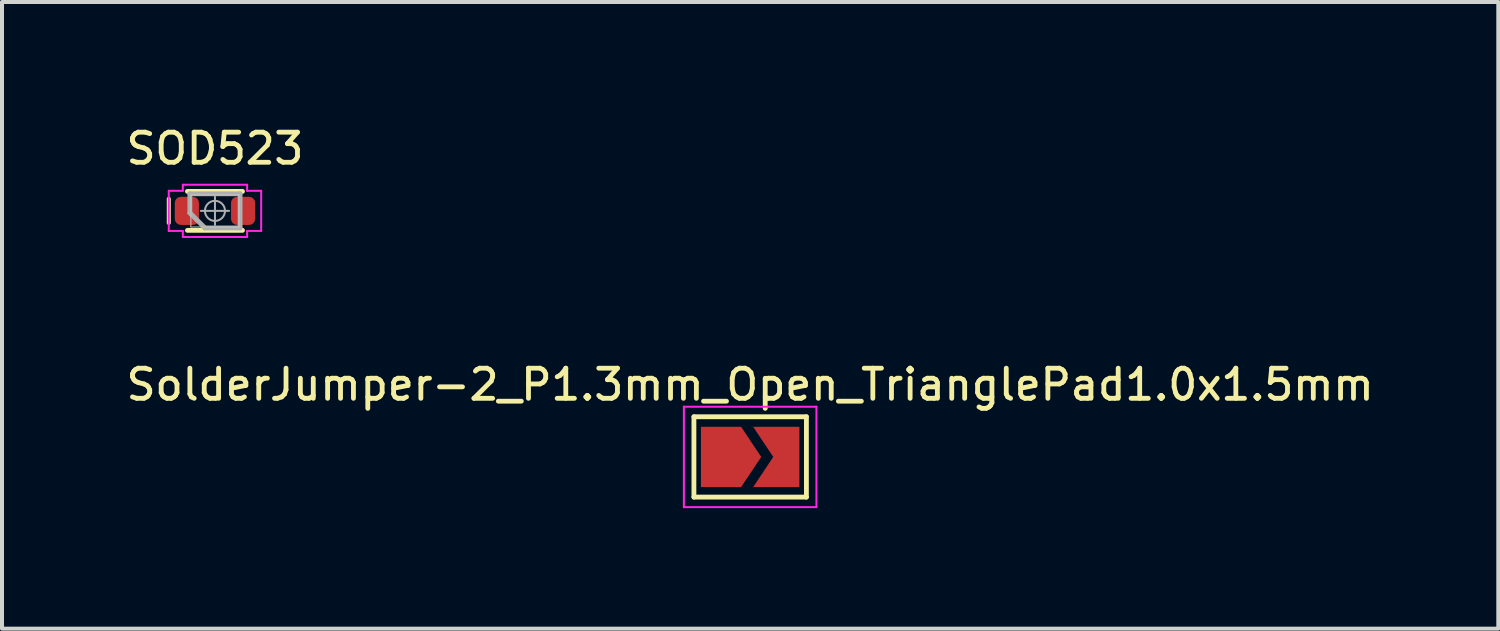
<source format=kicad_pcb>
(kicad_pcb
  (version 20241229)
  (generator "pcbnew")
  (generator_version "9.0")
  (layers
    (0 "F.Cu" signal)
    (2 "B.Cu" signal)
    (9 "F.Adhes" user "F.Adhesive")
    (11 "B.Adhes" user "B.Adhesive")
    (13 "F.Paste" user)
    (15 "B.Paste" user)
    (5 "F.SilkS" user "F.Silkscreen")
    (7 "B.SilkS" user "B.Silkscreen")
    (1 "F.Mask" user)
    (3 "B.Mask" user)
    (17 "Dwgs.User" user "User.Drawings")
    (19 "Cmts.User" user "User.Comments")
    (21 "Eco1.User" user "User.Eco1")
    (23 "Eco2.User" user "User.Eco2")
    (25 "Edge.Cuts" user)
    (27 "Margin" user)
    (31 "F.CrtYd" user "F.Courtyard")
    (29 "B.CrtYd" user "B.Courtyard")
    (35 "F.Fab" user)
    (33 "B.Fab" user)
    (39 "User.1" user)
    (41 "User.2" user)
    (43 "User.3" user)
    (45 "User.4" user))
  (footprint "SolderJumper-2_P1.3mm_Open_TrianglePad1.0x1.5mm"
    (layer "F.Cu")
    (at 15.623 8.324)
    (property "Reference" "SolderJumper-2_P1.3mm_Open_TrianglePad1.0x1.5mm" (at 0 -1.8 0) (layer "F.SilkS") (effects (font (size 0.75 0.75) (thickness 0.12))))
    (attr exclude_from_pos_files exclude_from_bom)
    (fp_line (start -1.4 -1) (end 1.4 -1) (stroke (width 0.12) (type solid)) (layer "F.SilkS"))
    (fp_line (start -1.4 1) (end -1.4 -1) (stroke (width 0.12) (type solid)) (layer "F.SilkS"))
    (fp_line (start 1.4 -1) (end 1.4 1) (stroke (width 0.12) (type solid)) (layer "F.SilkS"))
    (fp_line (start 1.4 1) (end -1.4 1) (stroke (width 0.12) (type solid)) (layer "F.SilkS"))
    (fp_line (start -1.65 -1.25) (end -1.65 1.25) (stroke (width 0.05) (type solid)) (layer "F.CrtYd"))
    (fp_line (start -1.65 -1.25) (end 1.65 -1.25) (stroke (width 0.05) (type solid)) (layer "F.CrtYd"))
    (fp_line (start 1.65 1.25) (end -1.65 1.25) (stroke (width 0.05) (type solid)) (layer "F.CrtYd"))
    (fp_line (start 1.65 1.25) (end 1.65 -1.25) (stroke (width 0.05) (type solid)) (layer "F.CrtYd"))
    (pad "1" smd custom (at -0.725 0) (size 0.3 0.3) (layers "F.Cu" "F.Mask") (options (anchor rect)) (primitives (gr_poly (pts (xy -0.5 -0.75) (xy 0.5 -0.75) (xy 1 0) (xy 0.5 0.75) (xy -0.5 0.75)) (width 0) (fill yes))))
    (pad "2" smd custom (at 0.725 0) (size 0.3 0.3) (layers "F.Cu" "F.Mask") (options (anchor rect)) (primitives (gr_poly (pts (xy -0.65 -0.75) (xy 0.5 -0.75) (xy 0.5 0.75) (xy -0.65 0.75) (xy -0.15 0)) (width 0) (fill yes)))))
  (footprint "SOD523"
    (layer "F.Cu")
    (at 2.301 2.199)
    (property "Reference" "SOD523" (at 0 -1.55 0) (layer "F.SilkS") (effects (font (size 0.75 0.75) (thickness 0.12))))
    (attr smd)
    (fp_line (start -1.15 -0.3) (end -1.15 0.3) (stroke (width 0.1) (type default)) (layer "F.SilkS"))
    (fp_line (start 0.685 -0.485) (end -0.685 -0.485) (stroke (width 0.12) (type solid)) (layer "F.SilkS"))
    (fp_line (start 0.685 0.485) (end -0.685 0.485) (stroke (width 0.12) (type solid)) (layer "F.SilkS"))
    (fp_line (start -0.6 -0.4) (end 0.6 -0.4) (stroke (width 0.025) (type solid)) (layer "Dwgs.User"))
    (fp_line (start -0.6 0.4) (end -0.6 -0.4) (stroke (width 0.025) (type solid)) (layer "Dwgs.User"))
    (fp_line (start 0.6 -0.4) (end 0.6 0.4) (stroke (width 0.025) (type solid)) (layer "Dwgs.User"))
    (fp_line (start 0.6 0.4) (end -0.6 0.4) (stroke (width 0.025) (type solid)) (layer "Dwgs.User"))
    (fp_line (start -1.15 -0.5) (end -1.15 0.5) (stroke (width 0.05) (type solid)) (layer "F.CrtYd"))
    (fp_line (start -1.15 -0.5) (end -0.8 -0.5) (stroke (width 0.05) (type solid)) (layer "F.CrtYd"))
    (fp_line (start -1.15 0.5) (end -0.8 0.5) (stroke (width 0.05) (type solid)) (layer "F.CrtYd"))
    (fp_line (start -0.8 -0.65) (end -0.8 -0.5) (stroke (width 0.05) (type solid)) (layer "F.CrtYd"))
    (fp_line (start -0.8 0.5) (end -0.8 0.65) (stroke (width 0.05) (type solid)) (layer "F.CrtYd"))
    (fp_line (start -0.8 0.65) (end 0.8 0.65) (stroke (width 0.05) (type solid)) (layer "F.CrtYd"))
    (fp_line (start 0.8 -0.65) (end -0.8 -0.65) (stroke (width 0.05) (type solid)) (layer "F.CrtYd"))
    (fp_line (start 0.8 -0.5) (end 0.8 -0.65) (stroke (width 0.05) (type solid)) (layer "F.CrtYd"))
    (fp_line (start 0.8 0.65) (end 0.8 0.5) (stroke (width 0.05) (type solid)) (layer "F.CrtYd"))
    (fp_line (start 1.15 -0.5) (end 0.8 -0.5) (stroke (width 0.05) (type solid)) (layer "F.CrtYd"))
    (fp_line (start 1.15 -0.5) (end 1.15 0.5) (stroke (width 0.05) (type solid)) (layer "F.CrtYd"))
    (fp_line (start 1.15 0.5) (end 0.8 0.5) (stroke (width 0.05) (type solid)) (layer "F.CrtYd"))
    (fp_line (start -0.625 -0.425) (end -0.625 0.05) (stroke (width 0.12) (type solid)) (layer "F.Fab"))
    (fp_line (start -0.625 0.05) (end -0.25 0.425) (stroke (width 0.12) (type solid)) (layer "F.Fab"))
    (fp_line (start -0.25 0.425) (end 0.625 0.425) (stroke (width 0.12) (type solid)) (layer "F.Fab"))
    (fp_line (start 0 -0.35) (end 0 0.35) (stroke (width 0.05) (type solid)) (layer "F.Fab"))
    (fp_line (start 0.35 0) (end -0.35 0) (stroke (width 0.05) (type solid)) (layer "F.Fab"))
    (fp_line (start 0.625 -0.425) (end -0.625 -0.425) (stroke (width 0.12) (type solid)) (layer "F.Fab"))
    (fp_line (start 0.625 0.425) (end 0.625 -0.425) (stroke (width 0.12) (type solid)) (layer "F.Fab"))
    (fp_circle (center 0 0) (end 0.25 0) (stroke (width 0.05) (type solid)) (fill no) (layer "F.Fab"))
    (pad "1" smd roundrect (at -0.7 0) (size 0.6 0.7) (layers "F.Cu" "F.Mask" "F.Paste") (roundrect_rratio 0.25))
    (pad "2" smd roundrect (at 0.7 0) (size 0.6 0.7) (layers "F.Cu" "F.Mask" "F.Paste") (roundrect_rratio 0.25)))
  (gr_rect
    (start -3 -3)
    (end 34.246 12.599)
    (stroke (width 0.1) (type default))
    (fill no)
    (layer "Edge.Cuts")))
</source>
